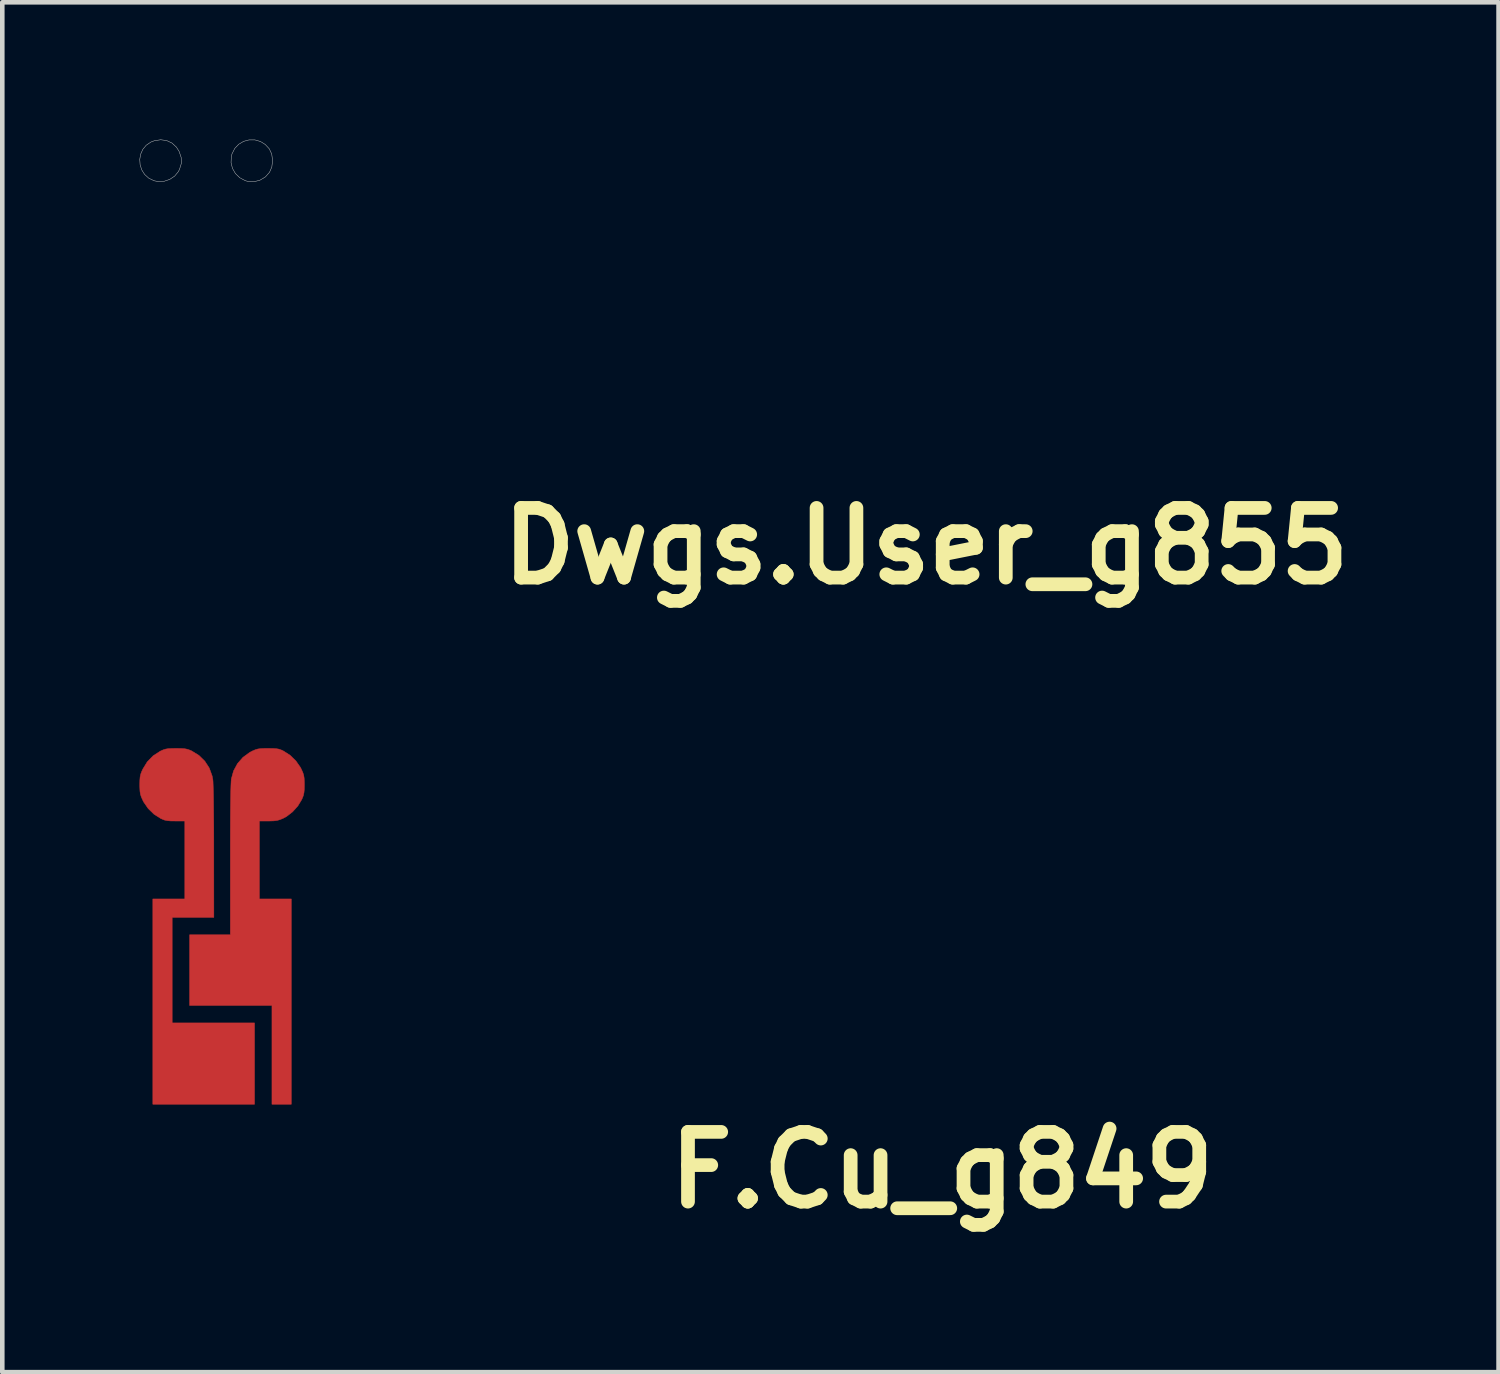
<source format=kicad_pcb>
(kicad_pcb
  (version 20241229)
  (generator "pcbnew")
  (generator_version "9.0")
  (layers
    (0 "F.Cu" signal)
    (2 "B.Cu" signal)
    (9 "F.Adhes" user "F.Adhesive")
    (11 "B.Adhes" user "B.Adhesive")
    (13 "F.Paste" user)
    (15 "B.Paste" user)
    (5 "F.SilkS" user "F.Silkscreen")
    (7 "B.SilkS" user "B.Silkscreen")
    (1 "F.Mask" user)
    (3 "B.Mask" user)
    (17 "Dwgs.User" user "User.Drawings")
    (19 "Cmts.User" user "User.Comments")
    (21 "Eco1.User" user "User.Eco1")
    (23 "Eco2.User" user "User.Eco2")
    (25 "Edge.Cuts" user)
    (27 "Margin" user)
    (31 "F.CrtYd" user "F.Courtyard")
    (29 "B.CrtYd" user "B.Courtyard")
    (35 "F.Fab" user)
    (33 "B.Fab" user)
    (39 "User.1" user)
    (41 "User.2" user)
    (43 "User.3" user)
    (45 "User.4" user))
  (footprint "F.Cu_g849"
    (layer "F.Cu")
    (at 17.542 22.529)
    (property "Reference" "F.Cu_g849" (at 0 0 0) (layer "F.SilkS") (effects (font (size 1.524 1.524) (thickness 0.3))))
    (attr through_hole)
    (fp_poly (pts (xy -14.627 -9.217) (xy -14.552 -9.212) (xy -14.494 -9.202) (xy -14.441 -9.183) (xy -14.393 -9.16) (xy -14.251 -9.069) (xy -14.125 -8.947) (xy -14.025 -8.804) (xy -14.004 -8.763) (xy -13.972 -8.692) (xy -13.953 -8.633) (xy -13.943 -8.57) (xy -13.939 -8.489) (xy -13.938 -8.424) (xy -13.94 -8.322) (xy -13.947 -8.247) (xy -13.961 -8.185) (xy -13.986 -8.122) (xy -13.998 -8.096) (xy -14.082 -7.958) (xy -14.196 -7.832) (xy -14.328 -7.73) (xy -14.402 -7.69) (xy -14.472 -7.661) (xy -14.534 -7.643) (xy -14.604 -7.634) (xy -14.697 -7.631) (xy -14.727 -7.631) (xy -14.922 -7.631) (xy -14.922 -5.927) (xy -14.224 -5.927) (xy -14.224 -1.439) (xy -14.647 -1.439) (xy -14.647 -3.598) (xy -16.447 -3.598) (xy -16.447 -5.144) (xy -15.557 -5.144) (xy -15.557 -6.779) (xy -15.557 -7.114) (xy -15.556 -7.418) (xy -15.555 -7.689) (xy -15.553 -7.926) (xy -15.55 -8.128) (xy -15.547 -8.293) (xy -15.543 -8.42) (xy -15.539 -8.507) (xy -15.535 -8.551) (xy -15.486 -8.727) (xy -15.4 -8.886) (xy -15.282 -9.022) (xy -15.136 -9.129) (xy -15.074 -9.162) (xy -15.014 -9.188) (xy -14.958 -9.205) (xy -14.895 -9.214) (xy -14.811 -9.218) (xy -14.732 -9.218) (xy -14.627 -9.217)) (stroke (width 0.01) (type solid)) (fill yes) (layer "F.Cu"))
    (fp_poly (pts (xy -16.637 -9.217) (xy -16.56 -9.212) (xy -16.501 -9.201) (xy -16.445 -9.182) (xy -16.4 -9.162) (xy -16.244 -9.066) (xy -16.115 -8.94) (xy -16.017 -8.789) (xy -15.955 -8.618) (xy -15.939 -8.538) (xy -15.935 -8.489) (xy -15.932 -8.401) (xy -15.928 -8.277) (xy -15.925 -8.12) (xy -15.923 -7.934) (xy -15.921 -7.722) (xy -15.919 -7.486) (xy -15.918 -7.231) (xy -15.918 -6.959) (xy -15.918 -6.959) (xy -15.917 -5.524) (xy -16.828 -5.524) (xy -16.828 -3.217) (xy -15.028 -3.217) (xy -15.028 -1.439) (xy -17.251 -1.439) (xy -17.251 -5.927) (xy -16.552 -5.927) (xy -16.552 -7.631) (xy -16.759 -7.631) (xy -16.861 -7.632) (xy -16.935 -7.639) (xy -16.994 -7.651) (xy -17.051 -7.674) (xy -17.083 -7.689) (xy -17.227 -7.781) (xy -17.353 -7.904) (xy -17.453 -8.049) (xy -17.471 -8.086) (xy -17.503 -8.157) (xy -17.522 -8.217) (xy -17.532 -8.281) (xy -17.536 -8.364) (xy -17.537 -8.424) (xy -17.535 -8.524) (xy -17.529 -8.597) (xy -17.515 -8.658) (xy -17.491 -8.721) (xy -17.469 -8.768) (xy -17.372 -8.926) (xy -17.244 -9.057) (xy -17.09 -9.157) (xy -17.086 -9.159) (xy -17.026 -9.186) (xy -16.973 -9.203) (xy -16.914 -9.213) (xy -16.836 -9.217) (xy -16.743 -9.218) (xy -16.637 -9.217)) (stroke (width 0.01) (type solid)) (fill yes) (layer "F.Cu")))
  (footprint "Dwgs.User_g855"
    (layer "F.Cu")
    (at 17.196 8.888)
    (property "Reference" "Dwgs.User_g855" (at 0 0 0) (layer "F.SilkS") (effects (font (size 1.524 1.524) (thickness 0.3))))
    (attr through_hole)
    (fp_poly (pts (xy -16.602 -8.865) (xy -16.485 -8.81) (xy -16.388 -8.72) (xy -16.33 -8.627) (xy -16.285 -8.494) (xy -16.283 -8.362) (xy -16.323 -8.232) (xy -16.348 -8.185) (xy -16.428 -8.088) (xy -16.534 -8.017) (xy -16.655 -7.976) (xy -16.782 -7.968) (xy -16.876 -7.986) (xy -16.994 -8.043) (xy -17.085 -8.125) (xy -17.148 -8.225) (xy -17.183 -8.337) (xy -17.191 -8.453) (xy -17.171 -8.567) (xy -17.124 -8.673) (xy -17.049 -8.764) (xy -16.946 -8.833) (xy -16.873 -8.861) (xy -16.733 -8.883) (xy -16.602 -8.865)) (stroke (width 0.01) (type solid)) (fill no) (layer "Dwgs.User"))
    (fp_poly (pts (xy -14.675 -8.88) (xy -14.553 -8.845) (xy -14.448 -8.78) (xy -14.359 -8.684) (xy -14.306 -8.571) (xy -14.288 -8.435) (xy -14.287 -8.424) (xy -14.304 -8.287) (xy -14.354 -8.172) (xy -14.44 -8.075) (xy -14.448 -8.068) (xy -14.563 -7.999) (xy -14.69 -7.966) (xy -14.821 -7.971) (xy -14.883 -7.988) (xy -15.004 -8.052) (xy -15.099 -8.144) (xy -15.164 -8.256) (xy -15.195 -8.382) (xy -15.189 -8.514) (xy -15.174 -8.575) (xy -15.114 -8.693) (xy -15.027 -8.785) (xy -14.92 -8.848) (xy -14.8 -8.88) (xy -14.675 -8.88)) (stroke (width 0.01) (type solid)) (fill no) (layer "Dwgs.User")))
  (gr_rect
    (start -3 -3)
    (end 29.71 26.947)
    (stroke (width 0.1) (type default))
    (fill no)
    (layer "Edge.Cuts")))
</source>
